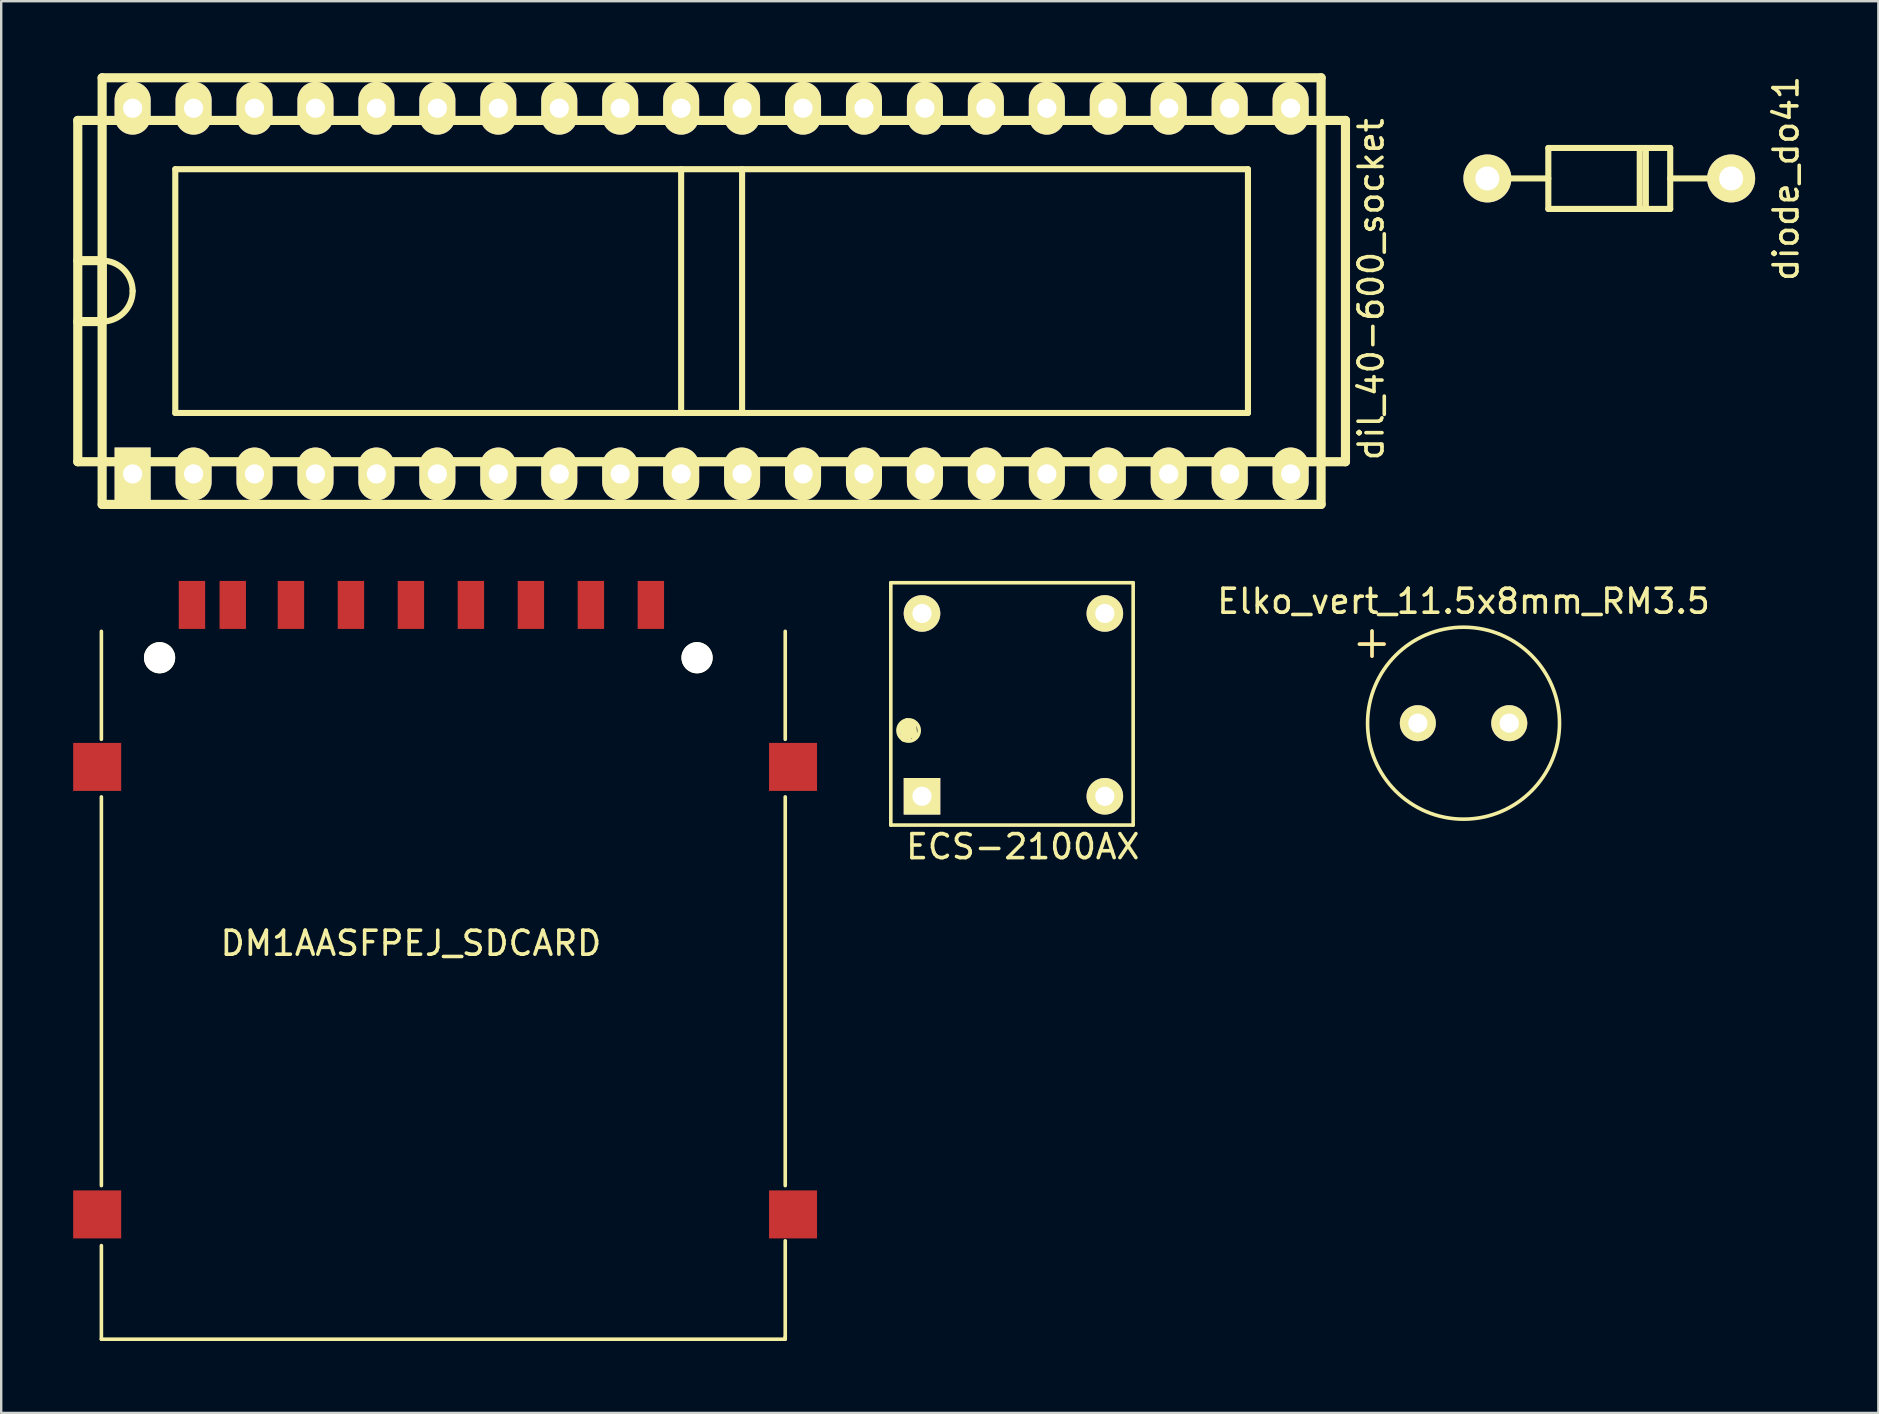
<source format=kicad_pcb>
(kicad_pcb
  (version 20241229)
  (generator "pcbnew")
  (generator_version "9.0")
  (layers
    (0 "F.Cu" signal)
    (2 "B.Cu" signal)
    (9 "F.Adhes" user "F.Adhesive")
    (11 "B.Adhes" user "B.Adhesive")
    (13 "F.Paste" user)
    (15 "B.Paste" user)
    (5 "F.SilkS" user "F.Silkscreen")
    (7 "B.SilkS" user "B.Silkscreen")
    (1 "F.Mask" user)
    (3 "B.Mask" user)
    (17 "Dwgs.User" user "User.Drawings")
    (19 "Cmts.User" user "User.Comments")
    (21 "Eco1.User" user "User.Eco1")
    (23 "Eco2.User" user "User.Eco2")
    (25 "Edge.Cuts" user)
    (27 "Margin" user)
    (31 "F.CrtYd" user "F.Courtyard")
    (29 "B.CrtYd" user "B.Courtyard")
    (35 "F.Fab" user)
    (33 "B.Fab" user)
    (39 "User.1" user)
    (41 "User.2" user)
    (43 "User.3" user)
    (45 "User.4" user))
  (footprint "ECS-2100AX"
    (layer "F.Cu")
    (at 39.175 26.436)
    (property "Reference" "ECS-2100AX" (at 0.4 5.8 0) (layer "F.SilkS") (effects (font (size 1 1) (thickness 0.15))))
    (attr through_hole)
    (fp_line (start -5.1 -5.2) (end -5.1 4.9) (stroke (width 0.15) (type solid)) (layer "F.SilkS"))
    (fp_line (start -5.1 -5.2) (end 5 -5.2) (stroke (width 0.15) (type solid)) (layer "F.SilkS"))
    (fp_line (start -5.1 4.9) (end 5 4.9) (stroke (width 0.15) (type solid)) (layer "F.SilkS"))
    (fp_line (start -4.714 0.931) (end -4.587 1.185) (stroke (width 0.15) (type solid)) (layer "F.SilkS"))
    (fp_line (start -4.613 0.703) (end -4.714 0.931) (stroke (width 0.15) (type solid)) (layer "F.SilkS"))
    (fp_line (start -4.587 1.185) (end -4.587 1.338) (stroke (width 0.15) (type solid)) (layer "F.SilkS"))
    (fp_line (start -4.587 1.338) (end -4.537 0.576) (stroke (width 0.15) (type solid)) (layer "F.SilkS"))
    (fp_line (start -4.435 0.525) (end -4.435 1.262) (stroke (width 0.15) (type solid)) (layer "F.SilkS"))
    (fp_line (start -4.435 1.262) (end -4.613 0.703) (stroke (width 0.15) (type solid)) (layer "F.SilkS"))
    (fp_line (start -4.333 1.287) (end -4.435 0.525) (stroke (width 0.15) (type solid)) (layer "F.SilkS"))
    (fp_line (start -4.308 0.627) (end -4.333 1.287) (stroke (width 0.15) (type solid)) (layer "F.SilkS"))
    (fp_line (start -4.181 0.576) (end -4.181 1.236) (stroke (width 0.15) (type solid)) (layer "F.SilkS"))
    (fp_line (start -4.181 1.236) (end -4.308 0.627) (stroke (width 0.15) (type solid)) (layer "F.SilkS"))
    (fp_line (start -4.105 0.754) (end -4.079 1.16) (stroke (width 0.15) (type solid)) (layer "F.SilkS"))
    (fp_line (start -4.079 1.16) (end -4.181 0.576) (stroke (width 0.15) (type solid)) (layer "F.SilkS"))
    (fp_line (start 5 -5.2) (end 5 4.9) (stroke (width 0.15) (type solid)) (layer "F.SilkS"))
    (fp_circle (center -4.359 0.957) (end -4.181 1.363) (stroke (width 0.15) (type solid)) (fill no) (layer "F.SilkS"))
    (pad "1" thru_hole rect (at -3.8 3.7) (size 1.524 1.524) (drill 0.8) (layers "*.Cu" "*.Mask" "F.SilkS"))
    (pad "4" thru_hole circle (at 3.82 3.7) (size 1.524 1.524) (drill 0.8) (layers "*.Cu" "*.Mask" "F.SilkS"))
    (pad "5" thru_hole circle (at 3.82 -3.92) (size 1.524 1.524) (drill 0.8) (layers "*.Cu" "*.Mask" "F.SilkS"))
    (pad "8" thru_hole circle (at -3.8 -3.92) (size 1.524 1.524) (drill 0.8) (layers "*.Cu" "*.Mask" "F.SilkS")))
  (footprint "diode_do41"
    (layer "F.Cu")
    (at 64.017 4.387)
    (property "Reference" "diode_do41" (at 7.366 0 90) (layer "F.SilkS") (effects (font (size 1 1) (thickness 0.15))))
    (attr through_hole)
    (fp_line (start -2.54 -1.27) (end -2.54 1.27) (stroke (width 0.254) (type solid)) (layer "F.SilkS"))
    (fp_line (start -2.54 -1.27) (end 2.54 -1.27) (stroke (width 0.254) (type solid)) (layer "F.SilkS"))
    (fp_line (start -2.54 0) (end -4.826 0) (stroke (width 0.254) (type solid)) (layer "F.SilkS"))
    (fp_line (start 1.27 -1.27) (end 1.27 1.27) (stroke (width 0.254) (type solid)) (layer "F.SilkS"))
    (fp_line (start 1.524 1.27) (end 1.524 -1.27) (stroke (width 0.254) (type solid)) (layer "F.SilkS"))
    (fp_line (start 2.54 -1.27) (end 2.54 1.27) (stroke (width 0.254) (type solid)) (layer "F.SilkS"))
    (fp_line (start 2.54 1.27) (end -2.54 1.27) (stroke (width 0.254) (type solid)) (layer "F.SilkS"))
    (fp_line (start 4.826 0) (end 2.54 0) (stroke (width 0.254) (type solid)) (layer "F.SilkS"))
    (pad "1" thru_hole circle (at 5.08 0) (size 1.999 1.999) (drill 1.001) (layers "*.Cu" "*.Mask" "F.SilkS"))
    (pad "2" thru_hole circle (at -5.08 0) (size 1.999 1.999) (drill 1.001) (layers "*.Cu" "*.Mask" "F.SilkS")))
  (footprint "dil_40-600_socket"
    (layer "F.Cu")
    (at 26.607 9.081)
    (property "Reference" "dil_40-600_socket" (at 27.483 -0.076 90) (layer "F.SilkS") (effects (font (size 1 1) (thickness 0.15))))
    (attr through_hole)
    (fp_line (start -26.416 -7.112) (end -26.416 7.112) (stroke (width 0.381) (type solid)) (layer "F.SilkS"))
    (fp_line (start -25.4 -8.89) (end 25.4 -8.89) (stroke (width 0.381) (type solid)) (layer "F.SilkS"))
    (fp_line (start -25.4 -1.27) (end -26.416 -1.27) (stroke (width 0.381) (type solid)) (layer "F.SilkS"))
    (fp_line (start -25.4 -1.27) (end -25.4 1.27) (stroke (width 0.381) (type solid)) (layer "F.SilkS"))
    (fp_line (start -25.4 1.27) (end -26.416 1.27) (stroke (width 0.381) (type solid)) (layer "F.SilkS"))
    (fp_line (start -25.4 8.89) (end -25.4 -8.89) (stroke (width 0.381) (type solid)) (layer "F.SilkS"))
    (fp_line (start -25.4 8.89) (end 25.4 8.89) (stroke (width 0.381) (type solid)) (layer "F.SilkS"))
    (fp_line (start -22.352 -5.08) (end -22.352 5.08) (stroke (width 0.254) (type solid)) (layer "F.SilkS"))
    (fp_line (start -22.352 -5.08) (end 22.352 -5.08) (stroke (width 0.254) (type solid)) (layer "F.SilkS"))
    (fp_line (start -1.27 -5.08) (end -1.27 5.08) (stroke (width 0.254) (type solid)) (layer "F.SilkS"))
    (fp_line (start 1.27 5.08) (end 1.27 -5.08) (stroke (width 0.254) (type solid)) (layer "F.SilkS"))
    (fp_line (start 22.352 -5.08) (end 22.352 5.08) (stroke (width 0.254) (type solid)) (layer "F.SilkS"))
    (fp_line (start 22.352 5.08) (end -22.352 5.08) (stroke (width 0.254) (type solid)) (layer "F.SilkS"))
    (fp_line (start 25.4 -8.89) (end 25.4 8.89) (stroke (width 0.381) (type solid)) (layer "F.SilkS"))
    (fp_line (start 26.416 -7.112) (end -26.416 -7.112) (stroke (width 0.381) (type solid)) (layer "F.SilkS"))
    (fp_line (start 26.416 7.112) (end -26.416 7.112) (stroke (width 0.381) (type solid)) (layer "F.SilkS"))
    (fp_line (start 26.416 7.112) (end 26.416 -7.112) (stroke (width 0.381) (type solid)) (layer "F.SilkS"))
    (fp_arc (start -25.4 -1.27) (mid -24.501974 -0.898026) (end -24.13 0) (stroke (width 0.254) (type solid)) (layer "F.SilkS"))
    (fp_arc (start -24.13 0) (mid -24.501974 0.898026) (end -25.4 1.27) (stroke (width 0.254) (type solid)) (layer "F.SilkS"))
    (pad "1" thru_hole rect (at -24.13 7.62) (size 1.501 2.2) (drill 0.8) (layers "*.Cu" "*.Mask" "F.SilkS"))
    (pad "2" thru_hole oval (at -21.59 7.62) (size 1.501 2.2) (drill 0.8) (layers "*.Cu" "*.Mask" "F.SilkS"))
    (pad "3" thru_hole oval (at -19.05 7.62) (size 1.501 2.2) (drill 0.8) (layers "*.Cu" "*.Mask" "F.SilkS"))
    (pad "4" thru_hole oval (at -16.51 7.62) (size 1.501 2.2) (drill 0.8) (layers "*.Cu" "*.Mask" "F.SilkS"))
    (pad "5" thru_hole oval (at -13.97 7.62) (size 1.501 2.2) (drill 0.8) (layers "*.Cu" "*.Mask" "F.SilkS"))
    (pad "6" thru_hole oval (at -11.43 7.62) (size 1.501 2.2) (drill 0.8) (layers "*.Cu" "*.Mask" "F.SilkS"))
    (pad "7" thru_hole oval (at -8.89 7.62) (size 1.501 2.2) (drill 0.8) (layers "*.Cu" "*.Mask" "F.SilkS"))
    (pad "8" thru_hole oval (at -6.35 7.62) (size 1.501 2.2) (drill 0.8) (layers "*.Cu" "*.Mask" "F.SilkS"))
    (pad "9" thru_hole oval (at -3.81 7.62) (size 1.501 2.2) (drill 0.8) (layers "*.Cu" "*.Mask" "F.SilkS"))
    (pad "10" thru_hole oval (at -1.27 7.62) (size 1.501 2.2) (drill 0.8) (layers "*.Cu" "*.Mask" "F.SilkS"))
    (pad "11" thru_hole oval (at 1.27 7.62) (size 1.501 2.2) (drill 0.8) (layers "*.Cu" "*.Mask" "F.SilkS"))
    (pad "12" thru_hole oval (at 3.81 7.62) (size 1.501 2.2) (drill 0.8) (layers "*.Cu" "*.Mask" "F.SilkS"))
    (pad "13" thru_hole oval (at 6.35 7.62) (size 1.501 2.2) (drill 0.8) (layers "*.Cu" "*.Mask" "F.SilkS"))
    (pad "14" thru_hole oval (at 8.89 7.62) (size 1.501 2.2) (drill 0.8) (layers "*.Cu" "*.Mask" "F.SilkS"))
    (pad "15" thru_hole oval (at 11.43 7.62) (size 1.501 2.2) (drill 0.8) (layers "*.Cu" "*.Mask" "F.SilkS"))
    (pad "16" thru_hole oval (at 13.97 7.62) (size 1.501 2.2) (drill 0.8) (layers "*.Cu" "*.Mask" "F.SilkS"))
    (pad "17" thru_hole oval (at 16.51 7.62) (size 1.501 2.2) (drill 0.8) (layers "*.Cu" "*.Mask" "F.SilkS"))
    (pad "18" thru_hole oval (at 19.05 7.62) (size 1.501 2.2) (drill 0.8) (layers "*.Cu" "*.Mask" "F.SilkS"))
    (pad "19" thru_hole oval (at 21.59 7.62) (size 1.501 2.2) (drill 0.8) (layers "*.Cu" "*.Mask" "F.SilkS"))
    (pad "20" thru_hole oval (at 24.13 7.62) (size 1.501 2.2) (drill 0.8) (layers "*.Cu" "*.Mask" "F.SilkS"))
    (pad "21" thru_hole oval (at 24.13 -7.62) (size 1.501 2.2) (drill 0.8) (layers "*.Cu" "*.Mask" "F.SilkS"))
    (pad "22" thru_hole oval (at 21.59 -7.62) (size 1.501 2.2) (drill 0.8) (layers "*.Cu" "*.Mask" "F.SilkS"))
    (pad "23" thru_hole oval (at 19.05 -7.62) (size 1.501 2.2) (drill 0.8) (layers "*.Cu" "*.Mask" "F.SilkS"))
    (pad "24" thru_hole oval (at 16.51 -7.62) (size 1.501 2.2) (drill 0.8) (layers "*.Cu" "*.Mask" "F.SilkS"))
    (pad "25" thru_hole oval (at 13.97 -7.62) (size 1.501 2.2) (drill 0.8) (layers "*.Cu" "*.Mask" "F.SilkS"))
    (pad "26" thru_hole oval (at 11.43 -7.62) (size 1.501 2.2) (drill 0.8) (layers "*.Cu" "*.Mask" "F.SilkS"))
    (pad "27" thru_hole oval (at 8.89 -7.62) (size 1.501 2.2) (drill 0.8) (layers "*.Cu" "*.Mask" "F.SilkS"))
    (pad "28" thru_hole oval (at 6.35 -7.62) (size 1.501 2.2) (drill 0.8) (layers "*.Cu" "*.Mask" "F.SilkS"))
    (pad "29" thru_hole oval (at 3.81 -7.62) (size 1.501 2.2) (drill 0.8) (layers "*.Cu" "*.Mask" "F.SilkS"))
    (pad "30" thru_hole oval (at 1.27 -7.62) (size 1.501 2.2) (drill 0.8) (layers "*.Cu" "*.Mask" "F.SilkS"))
    (pad "31" thru_hole oval (at -1.27 -7.62) (size 1.501 2.2) (drill 0.8) (layers "*.Cu" "*.Mask" "F.SilkS"))
    (pad "32" thru_hole oval (at -3.81 -7.62) (size 1.501 2.2) (drill 0.8) (layers "*.Cu" "*.Mask" "F.SilkS"))
    (pad "33" thru_hole oval (at -6.35 -7.62) (size 1.501 2.2) (drill 0.8) (layers "*.Cu" "*.Mask" "F.SilkS"))
    (pad "34" thru_hole oval (at -8.89 -7.62) (size 1.501 2.2) (drill 0.8) (layers "*.Cu" "*.Mask" "F.SilkS"))
    (pad "35" thru_hole oval (at -11.43 -7.62) (size 1.501 2.2) (drill 0.8) (layers "*.Cu" "*.Mask" "F.SilkS"))
    (pad "36" thru_hole oval (at -13.97 -7.62) (size 1.501 2.2) (drill 0.8) (layers "*.Cu" "*.Mask" "F.SilkS"))
    (pad "37" thru_hole oval (at -16.51 -7.62) (size 1.501 2.2) (drill 0.8) (layers "*.Cu" "*.Mask" "F.SilkS"))
    (pad "38" thru_hole oval (at -19.05 -7.62) (size 1.501 2.2) (drill 0.8) (layers "*.Cu" "*.Mask" "F.SilkS"))
    (pad "39" thru_hole oval (at -21.59 -7.62) (size 1.501 2.2) (drill 0.8) (layers "*.Cu" "*.Mask" "F.SilkS"))
    (pad "40" thru_hole oval (at -24.13 -7.62) (size 1.501 2.2) (drill 0.8) (layers "*.Cu" "*.Mask" "F.SilkS")))
  (footprint "DM1AASFPEJ_SDCARD"
    (layer "F.Cu")
    (at 14.075 22.161)
    (property "Reference" "DM1AASFPEJ_SDCARD" (at 0 14.1 0) (layer "F.SilkS") (effects (font (size 1 1) (thickness 0.15))))
    (attr through_hole)
    (fp_line (start -12.9 5.6) (end -12.9 1.1) (stroke (width 0.15) (type solid)) (layer "F.SilkS"))
    (fp_line (start -12.9 24.2) (end -12.9 8) (stroke (width 0.15) (type solid)) (layer "F.SilkS"))
    (fp_line (start -12.9 30.6) (end -12.9 26.7) (stroke (width 0.15) (type solid)) (layer "F.SilkS"))
    (fp_line (start 15.6 5.6) (end 15.6 1.1) (stroke (width 0.15) (type solid)) (layer "F.SilkS"))
    (fp_line (start 15.6 24.2) (end 15.6 8) (stroke (width 0.15) (type solid)) (layer "F.SilkS"))
    (fp_line (start 15.6 26.5) (end 15.6 30.5) (stroke (width 0.15) (type solid)) (layer "F.SilkS"))
    (fp_line (start 15.6 30.6) (end -12.9 30.6) (stroke (width 0.15) (type solid)) (layer "F.SilkS"))
    (fp_line (start 15.6 30.6) (end 15.6 30.5) (stroke (width 0.15) (type solid)) (layer "F.SilkS"))
    (pad "" smd rect (at -13.075 6.75) (size 2 2) (layers "F.Cu" "F.Mask" "F.Paste"))
    (pad "" smd rect (at -13.075 25.4) (size 2 2) (layers "F.Cu" "F.Mask" "F.Paste"))
    (pad "" np_thru_hole circle (at -10.475 2.2) (size 1.3 1.3) (drill 1.3) (layers "*.Cu" "*.Mask" "F.SilkS"))
    (pad "" np_thru_hole circle (at 11.925 2.2) (size 1.3 1.3) (drill 1.3) (layers "*.Cu" "*.Mask" "F.SilkS"))
    (pad "" smd rect (at 15.925 6.75) (size 2 2) (layers "F.Cu" "F.Mask" "F.Paste"))
    (pad "" smd rect (at 15.925 25.4) (size 2 2) (layers "F.Cu" "F.Mask" "F.Paste"))
    (pad "1" smd rect (at 7.5 0) (size 1.1 2) (layers "F.Cu" "F.Mask" "F.Paste"))
    (pad "2" smd rect (at 5 0) (size 1.1 2) (layers "F.Cu" "F.Mask" "F.Paste"))
    (pad "3" smd rect (at 2.5 0) (size 1.1 2) (layers "F.Cu" "F.Mask" "F.Paste"))
    (pad "4" smd rect (at 0 0) (size 1.1 2) (layers "F.Cu" "F.Mask" "F.Paste"))
    (pad "5" smd rect (at -2.5 0) (size 1.1 2) (layers "F.Cu" "F.Mask" "F.Paste"))
    (pad "6" smd rect (at -5 0) (size 1.1 2) (layers "F.Cu" "F.Mask" "F.Paste"))
    (pad "7" smd rect (at -7.425 0) (size 1.1 2) (layers "F.Cu" "F.Mask" "F.Paste"))
    (pad "8" smd rect (at -9.125 0) (size 1.1 2) (layers "F.Cu" "F.Mask" "F.Paste"))
    (pad "9" smd rect (at 10 0) (size 1.1 2) (layers "F.Cu" "F.Mask" "F.Paste")))
  (footprint "Elko_vert_11.5x8mm_RM3.5"
    (layer "F.Cu")
    (at 56.039 27.089)
    (property "Reference" "Elko_vert_11.5x8mm_RM3.5" (at 1.905 -5.08 0) (layer "F.SilkS") (effects (font (size 1 1) (thickness 0.15))))
    (attr through_hole)
    (fp_line (start -2.413 -3.302) (end -1.397 -3.302) (stroke (width 0.15) (type solid)) (layer "F.Cu"))
    (fp_line (start -1.905 -3.81) (end -1.905 -2.794) (stroke (width 0.15) (type solid)) (layer "F.Cu"))
    (fp_line (start -2.436 -3.294) (end -1.41 -3.294) (stroke (width 0.15) (type solid)) (layer "F.SilkS"))
    (fp_line (start -1.91 -3.846) (end -1.91 -2.794) (stroke (width 0.15) (type solid)) (layer "F.SilkS"))
    (fp_circle (center 1.905 0) (end 5.905 0) (stroke (width 0.15) (type solid)) (fill no) (layer "F.SilkS"))
    (pad "1" thru_hole circle (at 0 0) (size 1.501 1.501) (drill 0.8) (layers "*.Cu" "*.Mask" "F.SilkS"))
    (pad "2" thru_hole circle (at 3.81 0) (size 1.501 1.501) (drill 0.8) (layers "*.Cu" "*.Mask" "F.SilkS")))
  (gr_rect
    (start -3 -3)
    (end 75.231 55.836)
    (stroke (width 0.1) (type default))
    (fill no)
    (layer "Edge.Cuts")))
</source>
